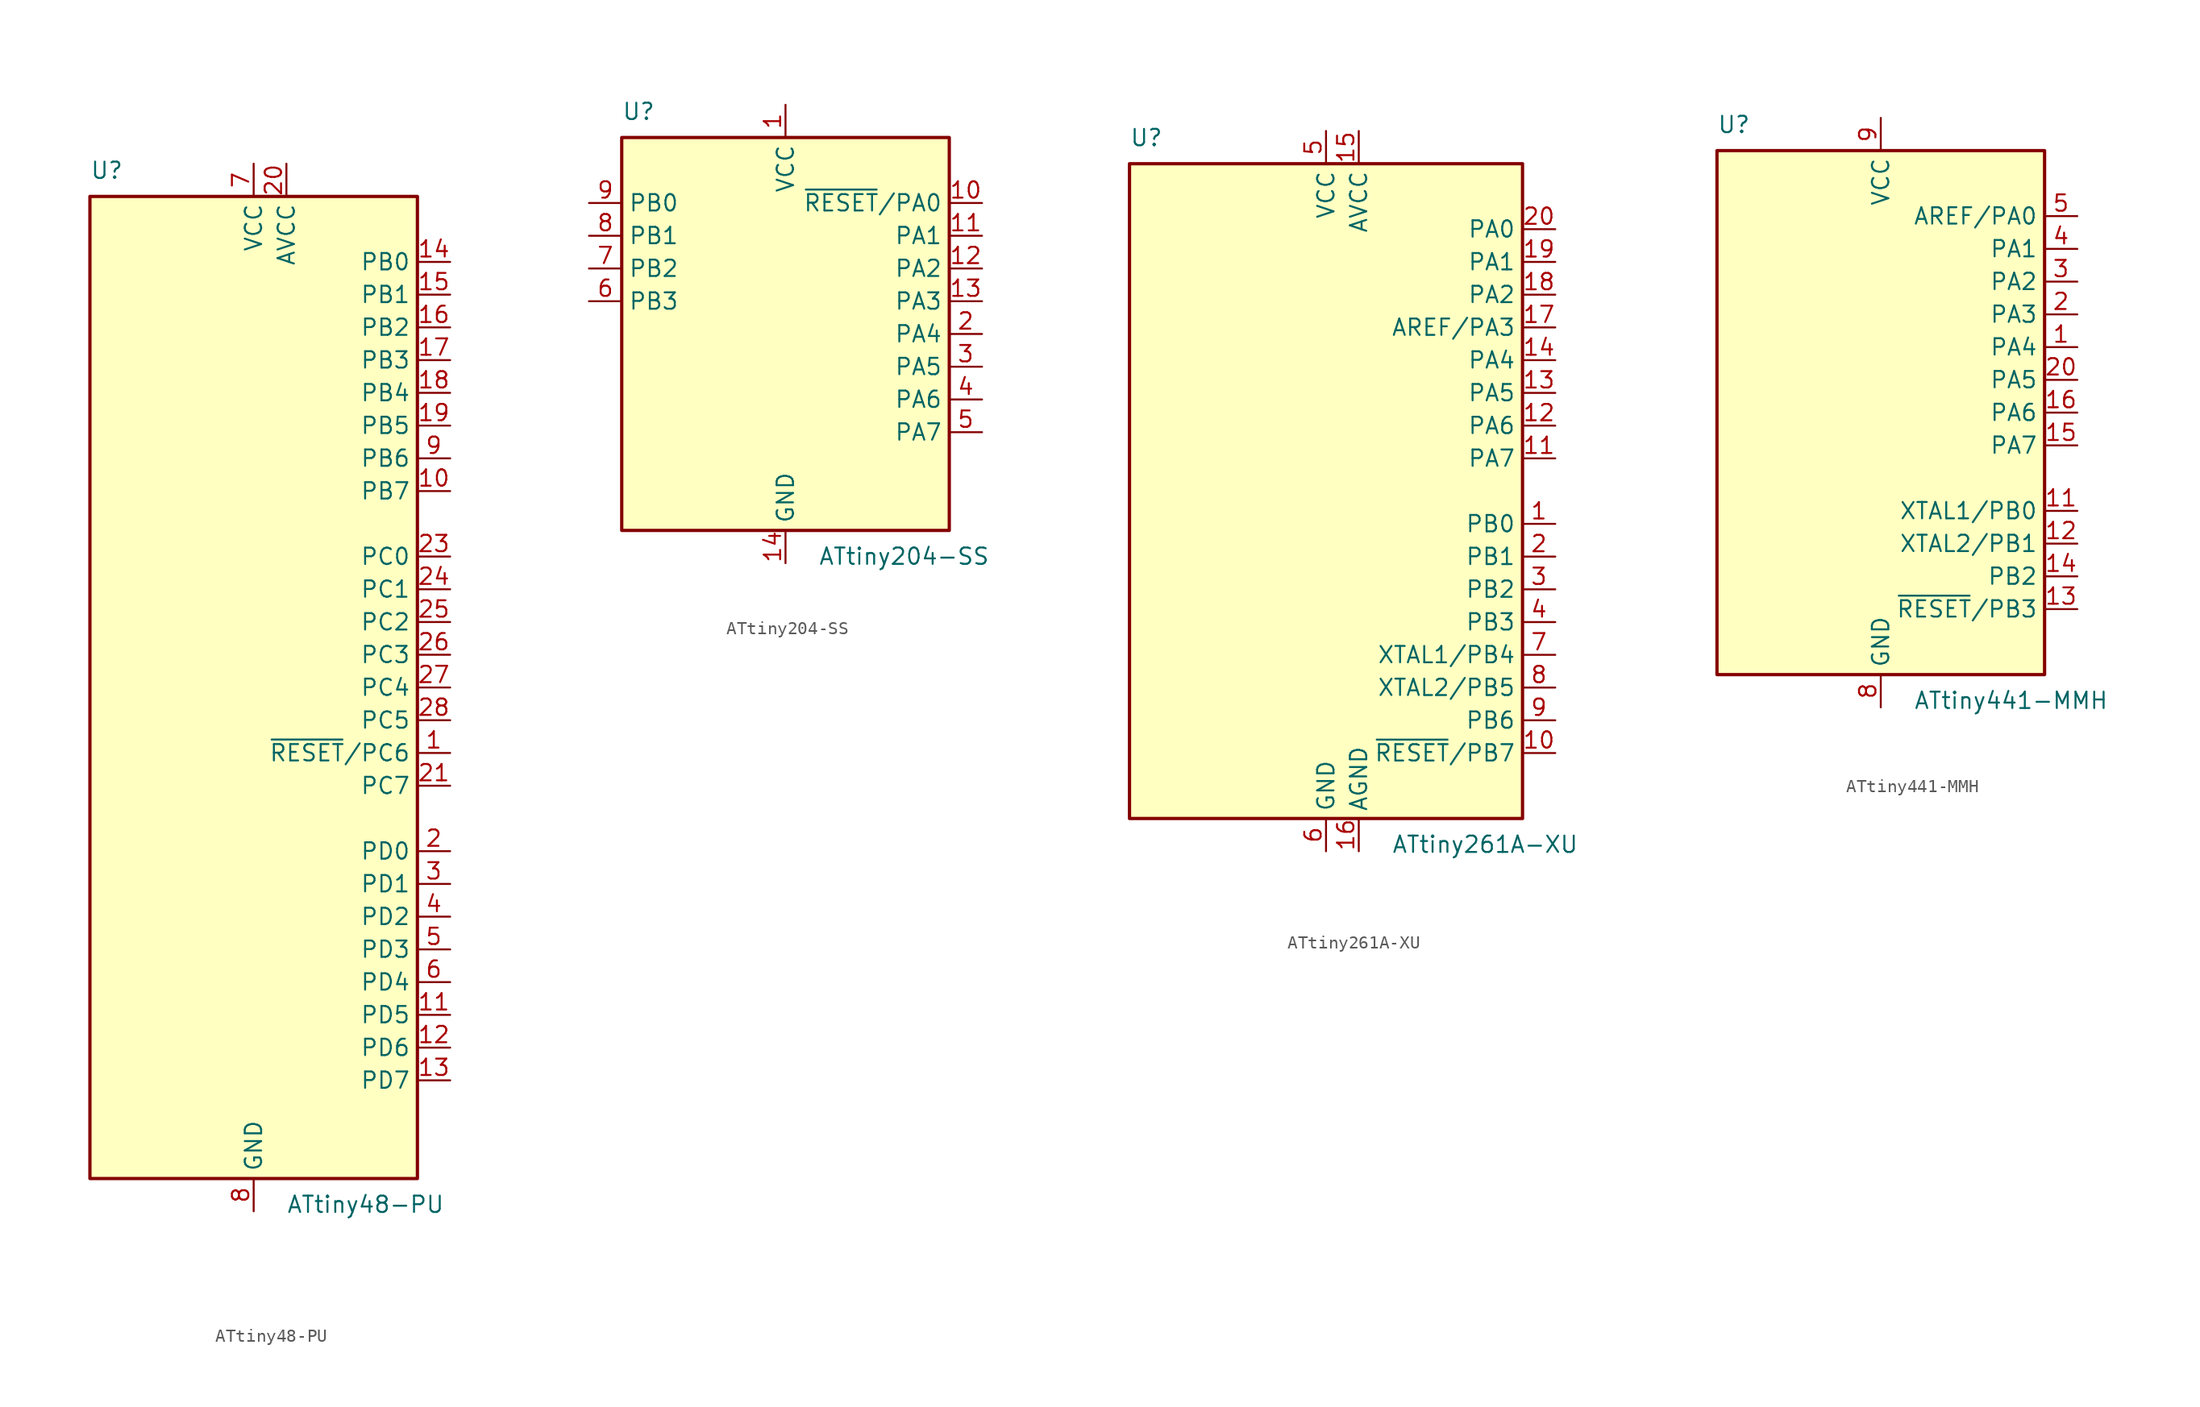
<source format=kicad_sym>
(kicad_symbol_lib
  (version 20201005)
  (generator kicad_symbol_editor)
  (symbol "ATtiny48-PU"
    (property "Reference" "U"
      (at -12.7 39.37 0)
      (effects (font (size 1.27 1.27)) (justify left bottom)))
    (property "Value" "ATtiny48-PU"
      (at 2.54 -39.37 0)
      (effects (font (size 1.27 1.27)) (justify left top)))
    (symbol "ATtiny48-PU_0_1"
      (rectangle (start -12.7 -38.1) (end 12.7 38.1) (stroke (width 0.254)) (fill (type background))))
    (symbol "ATtiny48-PU_1_1"
      (pin tri_state line (at 15.24 -5.08 180) (length 2.54) (name "~RESET~/PC6" (effects (font (size 1.27 1.27)))) (number "1" (effects (font (size 1.27 1.27)))))
      (pin tri_state line (at 15.24 15.24 180) (length 2.54) (name "PB7" (effects (font (size 1.27 1.27)))) (number "10" (effects (font (size 1.27 1.27)))))
      (pin tri_state line (at 15.24 -25.4 180) (length 2.54) (name "PD5" (effects (font (size 1.27 1.27)))) (number "11" (effects (font (size 1.27 1.27)))))
      (pin tri_state line (at 15.24 -27.94 180) (length 2.54) (name "PD6" (effects (font (size 1.27 1.27)))) (number "12" (effects (font (size 1.27 1.27)))))
      (pin tri_state line (at 15.24 -30.48 180) (length 2.54) (name "PD7" (effects (font (size 1.27 1.27)))) (number "13" (effects (font (size 1.27 1.27)))))
      (pin tri_state line (at 15.24 33.02 180) (length 2.54) (name "PB0" (effects (font (size 1.27 1.27)))) (number "14" (effects (font (size 1.27 1.27)))))
      (pin tri_state line (at 15.24 30.48 180) (length 2.54) (name "PB1" (effects (font (size 1.27 1.27)))) (number "15" (effects (font (size 1.27 1.27)))))
      (pin tri_state line (at 15.24 27.94 180) (length 2.54) (name "PB2" (effects (font (size 1.27 1.27)))) (number "16" (effects (font (size 1.27 1.27)))))
      (pin tri_state line (at 15.24 25.4 180) (length 2.54) (name "PB3" (effects (font (size 1.27 1.27)))) (number "17" (effects (font (size 1.27 1.27)))))
      (pin tri_state line (at 15.24 22.86 180) (length 2.54) (name "PB4" (effects (font (size 1.27 1.27)))) (number "18" (effects (font (size 1.27 1.27)))))
      (pin tri_state line (at 15.24 20.32 180) (length 2.54) (name "PB5" (effects (font (size 1.27 1.27)))) (number "19" (effects (font (size 1.27 1.27)))))
      (pin tri_state line (at 15.24 -12.7 180) (length 2.54) (name "PD0" (effects (font (size 1.27 1.27)))) (number "2" (effects (font (size 1.27 1.27)))))
      (pin power_in line (at 2.54 40.64 270) (length 2.54) (name "AVCC" (effects (font (size 1.27 1.27)))) (number "20" (effects (font (size 1.27 1.27)))))
      (pin tri_state line (at 15.24 -7.62 180) (length 2.54) (name "PC7" (effects (font (size 1.27 1.27)))) (number "21" (effects (font (size 1.27 1.27)))))
      (pin passive line (at 0 -40.64 90) (length 2.54) hide (name "GND" (effects (font (size 1.27 1.27)))) (number "22" (effects (font (size 1.27 1.27)))))
      (pin tri_state line (at 15.24 10.16 180) (length 2.54) (name "PC0" (effects (font (size 1.27 1.27)))) (number "23" (effects (font (size 1.27 1.27)))))
      (pin tri_state line (at 15.24 7.62 180) (length 2.54) (name "PC1" (effects (font (size 1.27 1.27)))) (number "24" (effects (font (size 1.27 1.27)))))
      (pin tri_state line (at 15.24 5.08 180) (length 2.54) (name "PC2" (effects (font (size 1.27 1.27)))) (number "25" (effects (font (size 1.27 1.27)))))
      (pin tri_state line (at 15.24 2.54 180) (length 2.54) (name "PC3" (effects (font (size 1.27 1.27)))) (number "26" (effects (font (size 1.27 1.27)))))
      (pin tri_state line (at 15.24 0 180) (length 2.54) (name "PC4" (effects (font (size 1.27 1.27)))) (number "27" (effects (font (size 1.27 1.27)))))
      (pin tri_state line (at 15.24 -2.54 180) (length 2.54) (name "PC5" (effects (font (size 1.27 1.27)))) (number "28" (effects (font (size 1.27 1.27)))))
      (pin tri_state line (at 15.24 -15.24 180) (length 2.54) (name "PD1" (effects (font (size 1.27 1.27)))) (number "3" (effects (font (size 1.27 1.27)))))
      (pin tri_state line (at 15.24 -17.78 180) (length 2.54) (name "PD2" (effects (font (size 1.27 1.27)))) (number "4" (effects (font (size 1.27 1.27)))))
      (pin tri_state line (at 15.24 -20.32 180) (length 2.54) (name "PD3" (effects (font (size 1.27 1.27)))) (number "5" (effects (font (size 1.27 1.27)))))
      (pin tri_state line (at 15.24 -22.86 180) (length 2.54) (name "PD4" (effects (font (size 1.27 1.27)))) (number "6" (effects (font (size 1.27 1.27)))))
      (pin power_in line (at 0 40.64 270) (length 2.54) (name "VCC" (effects (font (size 1.27 1.27)))) (number "7" (effects (font (size 1.27 1.27)))))
      (pin power_in line (at 0 -40.64 90) (length 2.54) (name "GND" (effects (font (size 1.27 1.27)))) (number "8" (effects (font (size 1.27 1.27)))))
      (pin tri_state line (at 15.24 17.78 180) (length 2.54) (name "PB6" (effects (font (size 1.27 1.27)))) (number "9" (effects (font (size 1.27 1.27)))))))
  (symbol "ATtiny204-SS"
    (property "Reference" "U"
      (at -12.7 16.51 0)
      (effects (font (size 1.27 1.27)) (justify left bottom)))
    (property "Value" "ATtiny204-SS"
      (at 2.54 -16.51 0)
      (effects (font (size 1.27 1.27)) (justify left top)))
    (symbol "ATtiny204-SS_0_1"
      (rectangle (start -12.7 -15.24) (end 12.7 15.24) (stroke (width 0.254)) (fill (type background))))
    (symbol "ATtiny204-SS_1_1"
      (pin power_in line (at 0 17.78 270) (length 2.54) (name "VCC" (effects (font (size 1.27 1.27)))) (number "1" (effects (font (size 1.27 1.27)))))
      (pin tri_state line (at 15.24 10.16 180) (length 2.54) (name "~RESET~/PA0" (effects (font (size 1.27 1.27)))) (number "10" (effects (font (size 1.27 1.27)))))
      (pin tri_state line (at 15.24 7.62 180) (length 2.54) (name "PA1" (effects (font (size 1.27 1.27)))) (number "11" (effects (font (size 1.27 1.27)))))
      (pin tri_state line (at 15.24 5.08 180) (length 2.54) (name "PA2" (effects (font (size 1.27 1.27)))) (number "12" (effects (font (size 1.27 1.27)))))
      (pin tri_state line (at 15.24 2.54 180) (length 2.54) (name "PA3" (effects (font (size 1.27 1.27)))) (number "13" (effects (font (size 1.27 1.27)))))
      (pin power_in line (at 0 -17.78 90) (length 2.54) (name "GND" (effects (font (size 1.27 1.27)))) (number "14" (effects (font (size 1.27 1.27)))))
      (pin tri_state line (at 15.24 0 180) (length 2.54) (name "PA4" (effects (font (size 1.27 1.27)))) (number "2" (effects (font (size 1.27 1.27)))))
      (pin tri_state line (at 15.24 -2.54 180) (length 2.54) (name "PA5" (effects (font (size 1.27 1.27)))) (number "3" (effects (font (size 1.27 1.27)))))
      (pin tri_state line (at 15.24 -5.08 180) (length 2.54) (name "PA6" (effects (font (size 1.27 1.27)))) (number "4" (effects (font (size 1.27 1.27)))))
      (pin tri_state line (at 15.24 -7.62 180) (length 2.54) (name "PA7" (effects (font (size 1.27 1.27)))) (number "5" (effects (font (size 1.27 1.27)))))
      (pin tri_state line (at -15.24 2.54 0) (length 2.54) (name "PB3" (effects (font (size 1.27 1.27)))) (number "6" (effects (font (size 1.27 1.27)))))
      (pin tri_state line (at -15.24 5.08 0) (length 2.54) (name "PB2" (effects (font (size 1.27 1.27)))) (number "7" (effects (font (size 1.27 1.27)))))
      (pin tri_state line (at -15.24 7.62 0) (length 2.54) (name "PB1" (effects (font (size 1.27 1.27)))) (number "8" (effects (font (size 1.27 1.27)))))
      (pin tri_state line (at -15.24 10.16 0) (length 2.54) (name "PB0" (effects (font (size 1.27 1.27)))) (number "9" (effects (font (size 1.27 1.27)))))))
  (symbol "ATtiny261A-XU"
    (property "Reference" "U"
      (at -15.24 26.67 0)
      (effects (font (size 1.27 1.27)) (justify left bottom)))
    (property "Value" "ATtiny261A-XU"
      (at 5.08 -26.67 0)
      (effects (font (size 1.27 1.27)) (justify left top)))
    (symbol "ATtiny261A-XU_0_1"
      (rectangle (start -15.24 -25.4) (end 15.24 25.4) (stroke (width 0.254)) (fill (type background))))
    (symbol "ATtiny261A-XU_1_1"
      (pin tri_state line (at 17.78 -2.54 180) (length 2.54) (name "PB0" (effects (font (size 1.27 1.27)))) (number "1" (effects (font (size 1.27 1.27)))))
      (pin tri_state line (at 17.78 -20.32 180) (length 2.54) (name "~RESET~/PB7" (effects (font (size 1.27 1.27)))) (number "10" (effects (font (size 1.27 1.27)))))
      (pin tri_state line (at 17.78 2.54 180) (length 2.54) (name "PA7" (effects (font (size 1.27 1.27)))) (number "11" (effects (font (size 1.27 1.27)))))
      (pin tri_state line (at 17.78 5.08 180) (length 2.54) (name "PA6" (effects (font (size 1.27 1.27)))) (number "12" (effects (font (size 1.27 1.27)))))
      (pin tri_state line (at 17.78 7.62 180) (length 2.54) (name "PA5" (effects (font (size 1.27 1.27)))) (number "13" (effects (font (size 1.27 1.27)))))
      (pin tri_state line (at 17.78 10.16 180) (length 2.54) (name "PA4" (effects (font (size 1.27 1.27)))) (number "14" (effects (font (size 1.27 1.27)))))
      (pin power_in line (at 2.54 27.94 270) (length 2.54) (name "AVCC" (effects (font (size 1.27 1.27)))) (number "15" (effects (font (size 1.27 1.27)))))
      (pin power_in line (at 2.54 -27.94 90) (length 2.54) (name "AGND" (effects (font (size 1.27 1.27)))) (number "16" (effects (font (size 1.27 1.27)))))
      (pin tri_state line (at 17.78 12.7 180) (length 2.54) (name "AREF/PA3" (effects (font (size 1.27 1.27)))) (number "17" (effects (font (size 1.27 1.27)))))
      (pin tri_state line (at 17.78 15.24 180) (length 2.54) (name "PA2" (effects (font (size 1.27 1.27)))) (number "18" (effects (font (size 1.27 1.27)))))
      (pin tri_state line (at 17.78 17.78 180) (length 2.54) (name "PA1" (effects (font (size 1.27 1.27)))) (number "19" (effects (font (size 1.27 1.27)))))
      (pin tri_state line (at 17.78 -5.08 180) (length 2.54) (name "PB1" (effects (font (size 1.27 1.27)))) (number "2" (effects (font (size 1.27 1.27)))))
      (pin tri_state line (at 17.78 20.32 180) (length 2.54) (name "PA0" (effects (font (size 1.27 1.27)))) (number "20" (effects (font (size 1.27 1.27)))))
      (pin tri_state line (at 17.78 -7.62 180) (length 2.54) (name "PB2" (effects (font (size 1.27 1.27)))) (number "3" (effects (font (size 1.27 1.27)))))
      (pin tri_state line (at 17.78 -10.16 180) (length 2.54) (name "PB3" (effects (font (size 1.27 1.27)))) (number "4" (effects (font (size 1.27 1.27)))))
      (pin power_in line (at 0 27.94 270) (length 2.54) (name "VCC" (effects (font (size 1.27 1.27)))) (number "5" (effects (font (size 1.27 1.27)))))
      (pin power_in line (at 0 -27.94 90) (length 2.54) (name "GND" (effects (font (size 1.27 1.27)))) (number "6" (effects (font (size 1.27 1.27)))))
      (pin tri_state line (at 17.78 -12.7 180) (length 2.54) (name "XTAL1/PB4" (effects (font (size 1.27 1.27)))) (number "7" (effects (font (size 1.27 1.27)))))
      (pin tri_state line (at 17.78 -15.24 180) (length 2.54) (name "XTAL2/PB5" (effects (font (size 1.27 1.27)))) (number "8" (effects (font (size 1.27 1.27)))))
      (pin tri_state line (at 17.78 -17.78 180) (length 2.54) (name "PB6" (effects (font (size 1.27 1.27)))) (number "9" (effects (font (size 1.27 1.27)))))))
  (symbol "ATtiny441-MMH"
    (property "Reference" "U"
      (at -12.7 21.59 0)
      (effects (font (size 1.27 1.27)) (justify left bottom)))
    (property "Value" "ATtiny441-MMH"
      (at 2.54 -21.59 0)
      (effects (font (size 1.27 1.27)) (justify left top)))
    (symbol "ATtiny441-MMH_0_1"
      (rectangle (start -12.7 -20.32) (end 12.7 20.32) (stroke (width 0.254)) (fill (type background))))
    (symbol "ATtiny441-MMH_1_1"
      (pin tri_state line (at 15.24 5.08 180) (length 2.54) (name "PA4" (effects (font (size 1.27 1.27)))) (number "1" (effects (font (size 1.27 1.27)))))
      (pin no_connect line (at -12.7 -10.16 0) (length 2.54) hide (name "NC" (effects (font (size 1.27 1.27)))) (number "10" (effects (font (size 1.27 1.27)))))
      (pin tri_state line (at 15.24 -7.62 180) (length 2.54) (name "XTAL1/PB0" (effects (font (size 1.27 1.27)))) (number "11" (effects (font (size 1.27 1.27)))))
      (pin tri_state line (at 15.24 -10.16 180) (length 2.54) (name "XTAL2/PB1" (effects (font (size 1.27 1.27)))) (number "12" (effects (font (size 1.27 1.27)))))
      (pin tri_state line (at 15.24 -15.24 180) (length 2.54) (name "~RESET~/PB3" (effects (font (size 1.27 1.27)))) (number "13" (effects (font (size 1.27 1.27)))))
      (pin tri_state line (at 15.24 -12.7 180) (length 2.54) (name "PB2" (effects (font (size 1.27 1.27)))) (number "14" (effects (font (size 1.27 1.27)))))
      (pin tri_state line (at 15.24 -2.54 180) (length 2.54) (name "PA7" (effects (font (size 1.27 1.27)))) (number "15" (effects (font (size 1.27 1.27)))))
      (pin tri_state line (at 15.24 0 180) (length 2.54) (name "PA6" (effects (font (size 1.27 1.27)))) (number "16" (effects (font (size 1.27 1.27)))))
      (pin no_connect line (at -12.7 -12.7 0) (length 2.54) hide (name "NC" (effects (font (size 1.27 1.27)))) (number "17" (effects (font (size 1.27 1.27)))))
      (pin no_connect line (at -12.7 -15.24 0) (length 2.54) hide (name "NC" (effects (font (size 1.27 1.27)))) (number "18" (effects (font (size 1.27 1.27)))))
      (pin no_connect line (at -12.7 -17.78 0) (length 2.54) hide (name "NC" (effects (font (size 1.27 1.27)))) (number "19" (effects (font (size 1.27 1.27)))))
      (pin tri_state line (at 15.24 7.62 180) (length 2.54) (name "PA3" (effects (font (size 1.27 1.27)))) (number "2" (effects (font (size 1.27 1.27)))))
      (pin tri_state line (at 15.24 2.54 180) (length 2.54) (name "PA5" (effects (font (size 1.27 1.27)))) (number "20" (effects (font (size 1.27 1.27)))))
      (pin passive line (at 0 -22.86 90) (length 2.54) hide (name "GND" (effects (font (size 1.27 1.27)))) (number "21" (effects (font (size 1.27 1.27)))))
      (pin tri_state line (at 15.24 10.16 180) (length 2.54) (name "PA2" (effects (font (size 1.27 1.27)))) (number "3" (effects (font (size 1.27 1.27)))))
      (pin tri_state line (at 15.24 12.7 180) (length 2.54) (name "PA1" (effects (font (size 1.27 1.27)))) (number "4" (effects (font (size 1.27 1.27)))))
      (pin tri_state line (at 15.24 15.24 180) (length 2.54) (name "AREF/PA0" (effects (font (size 1.27 1.27)))) (number "5" (effects (font (size 1.27 1.27)))))
      (pin no_connect line (at -12.7 -5.08 0) (length 2.54) hide (name "NC" (effects (font (size 1.27 1.27)))) (number "6" (effects (font (size 1.27 1.27)))))
      (pin no_connect line (at -12.7 -7.62 0) (length 2.54) hide (name "NC" (effects (font (size 1.27 1.27)))) (number "7" (effects (font (size 1.27 1.27)))))
      (pin power_in line (at 0 -22.86 90) (length 2.54) (name "GND" (effects (font (size 1.27 1.27)))) (number "8" (effects (font (size 1.27 1.27)))))
      (pin power_in line (at 0 22.86 270) (length 2.54) (name "VCC" (effects (font (size 1.27 1.27)))) (number "9" (effects (font (size 1.27 1.27))))))))
</source>
